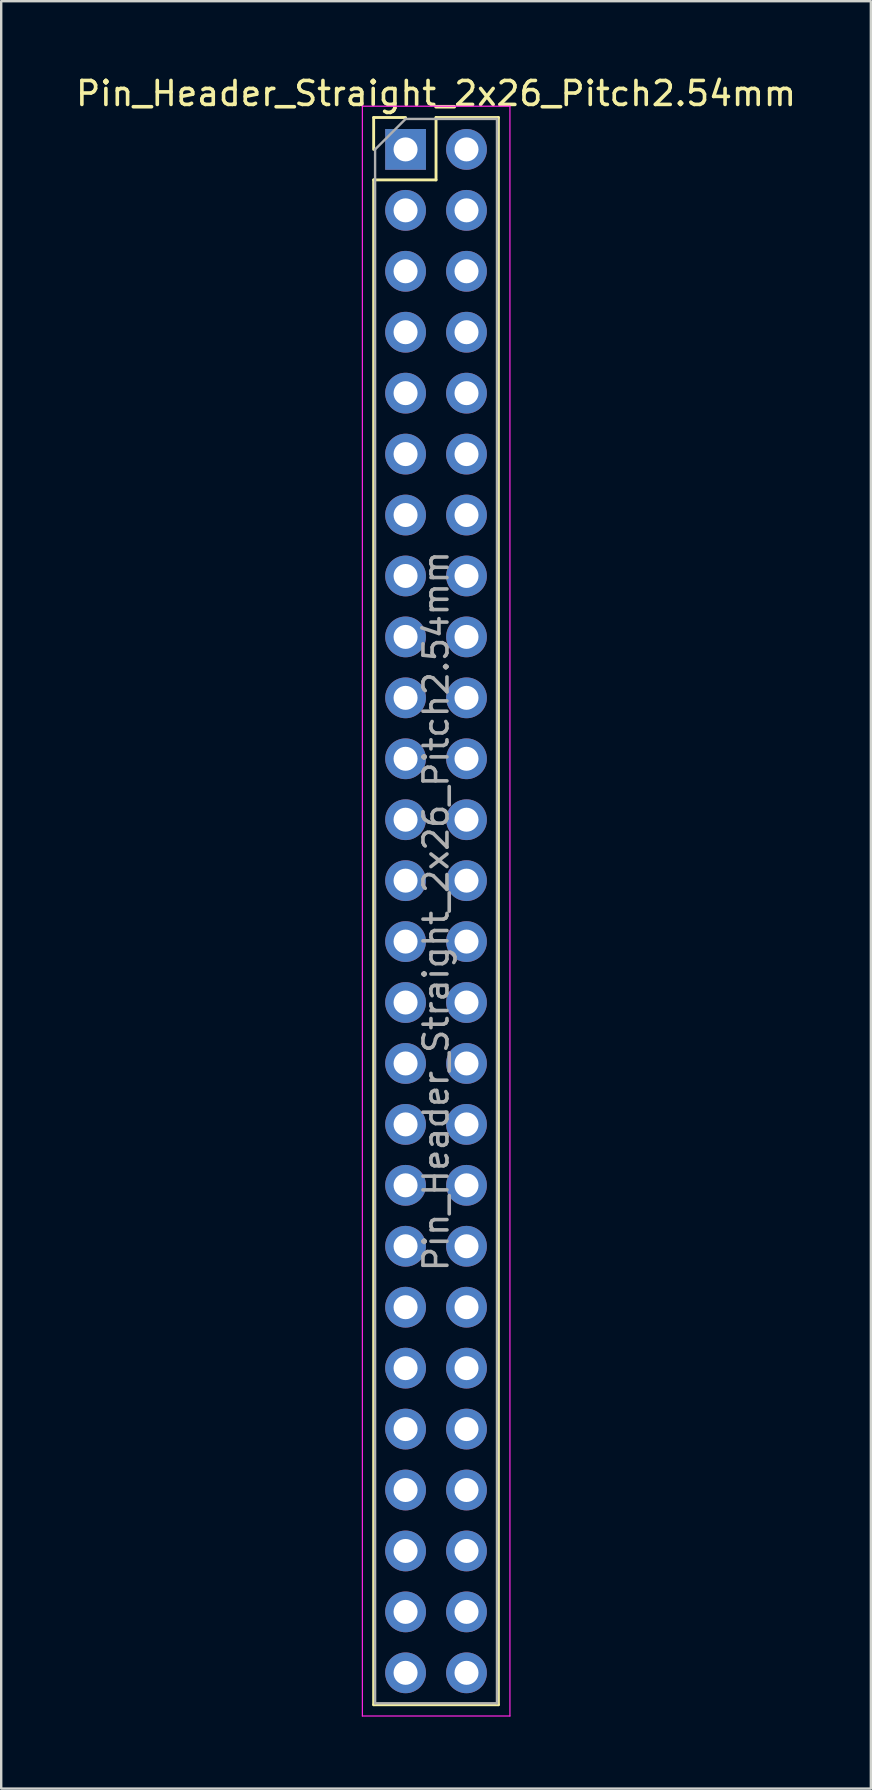
<source format=kicad_pcb>
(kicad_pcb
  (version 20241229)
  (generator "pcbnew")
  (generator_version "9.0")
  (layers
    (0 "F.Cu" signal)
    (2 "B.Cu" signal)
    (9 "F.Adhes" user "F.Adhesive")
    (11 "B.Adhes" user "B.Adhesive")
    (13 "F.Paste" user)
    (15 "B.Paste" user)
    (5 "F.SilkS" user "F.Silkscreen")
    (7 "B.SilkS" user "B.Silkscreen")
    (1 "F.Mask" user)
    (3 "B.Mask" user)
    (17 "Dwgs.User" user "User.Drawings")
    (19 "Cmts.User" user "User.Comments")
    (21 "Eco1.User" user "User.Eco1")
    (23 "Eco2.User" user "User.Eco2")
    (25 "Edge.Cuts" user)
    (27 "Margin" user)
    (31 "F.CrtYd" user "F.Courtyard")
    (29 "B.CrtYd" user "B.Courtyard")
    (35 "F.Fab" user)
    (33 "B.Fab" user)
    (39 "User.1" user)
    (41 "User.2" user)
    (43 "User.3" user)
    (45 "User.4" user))
  (footprint "Pin_Header_Straight_2x26_Pitch2.54mm"
    (layer "F.Cu")
    (at 13.855 3.178)
    (property "Reference" "Pin_Header_Straight_2x26_Pitch2.54mm" (at 1.27 -2.33 0) (layer "F.SilkS") (effects (font (size 1 1) (thickness 0.15))))
    (attr through_hole)
    (fp_line (start -1.33 -1.33) (end 0 -1.33) (stroke (width 0.12) (type solid)) (layer "F.SilkS"))
    (fp_line (start -1.33 0) (end -1.33 -1.33) (stroke (width 0.12) (type solid)) (layer "F.SilkS"))
    (fp_line (start -1.33 1.27) (end -1.33 64.83) (stroke (width 0.12) (type solid)) (layer "F.SilkS"))
    (fp_line (start -1.33 64.83) (end 3.87 64.83) (stroke (width 0.12) (type solid)) (layer "F.SilkS"))
    (fp_line (start 1.27 -1.33) (end 1.27 1.27) (stroke (width 0.12) (type solid)) (layer "F.SilkS"))
    (fp_line (start 1.27 1.27) (end -1.33 1.27) (stroke (width 0.12) (type solid)) (layer "F.SilkS"))
    (fp_line (start 3.87 -1.33) (end 1.27 -1.33) (stroke (width 0.12) (type solid)) (layer "F.SilkS"))
    (fp_line (start 3.87 64.83) (end 3.87 -1.33) (stroke (width 0.12) (type solid)) (layer "F.SilkS"))
    (fp_line (start -1.8 -1.8) (end -1.8 65.3) (stroke (width 0.05) (type solid)) (layer "F.CrtYd"))
    (fp_line (start -1.8 65.3) (end 4.35 65.3) (stroke (width 0.05) (type solid)) (layer "F.CrtYd"))
    (fp_line (start 4.35 -1.8) (end -1.8 -1.8) (stroke (width 0.05) (type solid)) (layer "F.CrtYd"))
    (fp_line (start 4.35 65.3) (end 4.35 -1.8) (stroke (width 0.05) (type solid)) (layer "F.CrtYd"))
    (fp_line (start -1.27 0) (end 0 -1.27) (stroke (width 0.1) (type solid)) (layer "F.Fab"))
    (fp_line (start -1.27 64.77) (end -1.27 0) (stroke (width 0.1) (type solid)) (layer "F.Fab"))
    (fp_line (start 0 -1.27) (end 3.81 -1.27) (stroke (width 0.1) (type solid)) (layer "F.Fab"))
    (fp_line (start 3.81 -1.27) (end 3.81 64.77) (stroke (width 0.1) (type solid)) (layer "F.Fab"))
    (fp_line (start 3.81 64.77) (end -1.27 64.77) (stroke (width 0.1) (type solid)) (layer "F.Fab"))
    (fp_text user "${REFERENCE}" (at 1.27 31.75 90) (layer "F.Fab") (effects (font (size 1 1) (thickness 0.15))))
    (pad "1" thru_hole rect (at 0 0) (size 1.7 1.7) (drill 1) (layers "*.Cu" "*.Mask"))
    (pad "2" thru_hole oval (at 2.54 0) (size 1.7 1.7) (drill 1) (layers "*.Cu" "*.Mask"))
    (pad "3" thru_hole oval (at 0 2.54) (size 1.7 1.7) (drill 1) (layers "*.Cu" "*.Mask"))
    (pad "4" thru_hole oval (at 2.54 2.54) (size 1.7 1.7) (drill 1) (layers "*.Cu" "*.Mask"))
    (pad "5" thru_hole oval (at 0 5.08) (size 1.7 1.7) (drill 1) (layers "*.Cu" "*.Mask"))
    (pad "6" thru_hole oval (at 2.54 5.08) (size 1.7 1.7) (drill 1) (layers "*.Cu" "*.Mask"))
    (pad "7" thru_hole oval (at 0 7.62) (size 1.7 1.7) (drill 1) (layers "*.Cu" "*.Mask"))
    (pad "8" thru_hole oval (at 2.54 7.62) (size 1.7 1.7) (drill 1) (layers "*.Cu" "*.Mask"))
    (pad "9" thru_hole oval (at 0 10.16) (size 1.7 1.7) (drill 1) (layers "*.Cu" "*.Mask"))
    (pad "10" thru_hole oval (at 2.54 10.16) (size 1.7 1.7) (drill 1) (layers "*.Cu" "*.Mask"))
    (pad "11" thru_hole oval (at 0 12.7) (size 1.7 1.7) (drill 1) (layers "*.Cu" "*.Mask"))
    (pad "12" thru_hole oval (at 2.54 12.7) (size 1.7 1.7) (drill 1) (layers "*.Cu" "*.Mask"))
    (pad "13" thru_hole oval (at 0 15.24) (size 1.7 1.7) (drill 1) (layers "*.Cu" "*.Mask"))
    (pad "14" thru_hole oval (at 2.54 15.24) (size 1.7 1.7) (drill 1) (layers "*.Cu" "*.Mask"))
    (pad "15" thru_hole oval (at 0 17.78) (size 1.7 1.7) (drill 1) (layers "*.Cu" "*.Mask"))
    (pad "16" thru_hole oval (at 2.54 17.78) (size 1.7 1.7) (drill 1) (layers "*.Cu" "*.Mask"))
    (pad "17" thru_hole oval (at 0 20.32) (size 1.7 1.7) (drill 1) (layers "*.Cu" "*.Mask"))
    (pad "18" thru_hole oval (at 2.54 20.32) (size 1.7 1.7) (drill 1) (layers "*.Cu" "*.Mask"))
    (pad "19" thru_hole oval (at 0 22.86) (size 1.7 1.7) (drill 1) (layers "*.Cu" "*.Mask"))
    (pad "20" thru_hole oval (at 2.54 22.86) (size 1.7 1.7) (drill 1) (layers "*.Cu" "*.Mask"))
    (pad "21" thru_hole oval (at 0 25.4) (size 1.7 1.7) (drill 1) (layers "*.Cu" "*.Mask"))
    (pad "22" thru_hole oval (at 2.54 25.4) (size 1.7 1.7) (drill 1) (layers "*.Cu" "*.Mask"))
    (pad "23" thru_hole oval (at 0 27.94) (size 1.7 1.7) (drill 1) (layers "*.Cu" "*.Mask"))
    (pad "24" thru_hole oval (at 2.54 27.94) (size 1.7 1.7) (drill 1) (layers "*.Cu" "*.Mask"))
    (pad "25" thru_hole oval (at 0 30.48) (size 1.7 1.7) (drill 1) (layers "*.Cu" "*.Mask"))
    (pad "26" thru_hole oval (at 2.54 30.48) (size 1.7 1.7) (drill 1) (layers "*.Cu" "*.Mask"))
    (pad "27" thru_hole oval (at 0 33.02) (size 1.7 1.7) (drill 1) (layers "*.Cu" "*.Mask"))
    (pad "28" thru_hole oval (at 2.54 33.02) (size 1.7 1.7) (drill 1) (layers "*.Cu" "*.Mask"))
    (pad "29" thru_hole oval (at 0 35.56) (size 1.7 1.7) (drill 1) (layers "*.Cu" "*.Mask"))
    (pad "30" thru_hole oval (at 2.54 35.56) (size 1.7 1.7) (drill 1) (layers "*.Cu" "*.Mask"))
    (pad "31" thru_hole oval (at 0 38.1) (size 1.7 1.7) (drill 1) (layers "*.Cu" "*.Mask"))
    (pad "32" thru_hole oval (at 2.54 38.1) (size 1.7 1.7) (drill 1) (layers "*.Cu" "*.Mask"))
    (pad "33" thru_hole oval (at 0 40.64) (size 1.7 1.7) (drill 1) (layers "*.Cu" "*.Mask"))
    (pad "34" thru_hole oval (at 2.54 40.64) (size 1.7 1.7) (drill 1) (layers "*.Cu" "*.Mask"))
    (pad "35" thru_hole oval (at 0 43.18) (size 1.7 1.7) (drill 1) (layers "*.Cu" "*.Mask"))
    (pad "36" thru_hole oval (at 2.54 43.18) (size 1.7 1.7) (drill 1) (layers "*.Cu" "*.Mask"))
    (pad "37" thru_hole oval (at 0 45.72) (size 1.7 1.7) (drill 1) (layers "*.Cu" "*.Mask"))
    (pad "38" thru_hole oval (at 2.54 45.72) (size 1.7 1.7) (drill 1) (layers "*.Cu" "*.Mask"))
    (pad "39" thru_hole oval (at 0 48.26) (size 1.7 1.7) (drill 1) (layers "*.Cu" "*.Mask"))
    (pad "40" thru_hole oval (at 2.54 48.26) (size 1.7 1.7) (drill 1) (layers "*.Cu" "*.Mask"))
    (pad "41" thru_hole oval (at 0 50.8) (size 1.7 1.7) (drill 1) (layers "*.Cu" "*.Mask"))
    (pad "42" thru_hole oval (at 2.54 50.8) (size 1.7 1.7) (drill 1) (layers "*.Cu" "*.Mask"))
    (pad "43" thru_hole oval (at 0 53.34) (size 1.7 1.7) (drill 1) (layers "*.Cu" "*.Mask"))
    (pad "44" thru_hole oval (at 2.54 53.34) (size 1.7 1.7) (drill 1) (layers "*.Cu" "*.Mask"))
    (pad "45" thru_hole oval (at 0 55.88) (size 1.7 1.7) (drill 1) (layers "*.Cu" "*.Mask"))
    (pad "46" thru_hole oval (at 2.54 55.88) (size 1.7 1.7) (drill 1) (layers "*.Cu" "*.Mask"))
    (pad "47" thru_hole oval (at 0 58.42) (size 1.7 1.7) (drill 1) (layers "*.Cu" "*.Mask"))
    (pad "48" thru_hole oval (at 2.54 58.42) (size 1.7 1.7) (drill 1) (layers "*.Cu" "*.Mask"))
    (pad "49" thru_hole oval (at 0 60.96) (size 1.7 1.7) (drill 1) (layers "*.Cu" "*.Mask"))
    (pad "50" thru_hole oval (at 2.54 60.96) (size 1.7 1.7) (drill 1) (layers "*.Cu" "*.Mask"))
    (pad "51" thru_hole oval (at 0 63.5) (size 1.7 1.7) (drill 1) (layers "*.Cu" "*.Mask"))
    (pad "52" thru_hole oval (at 2.54 63.5) (size 1.7 1.7) (drill 1) (layers "*.Cu" "*.Mask")))
  (gr_rect
    (start -3 -3)
    (end 33.25 71.503)
    (stroke (width 0.1) (type default))
    (fill no)
    (layer "Edge.Cuts")))
</source>
